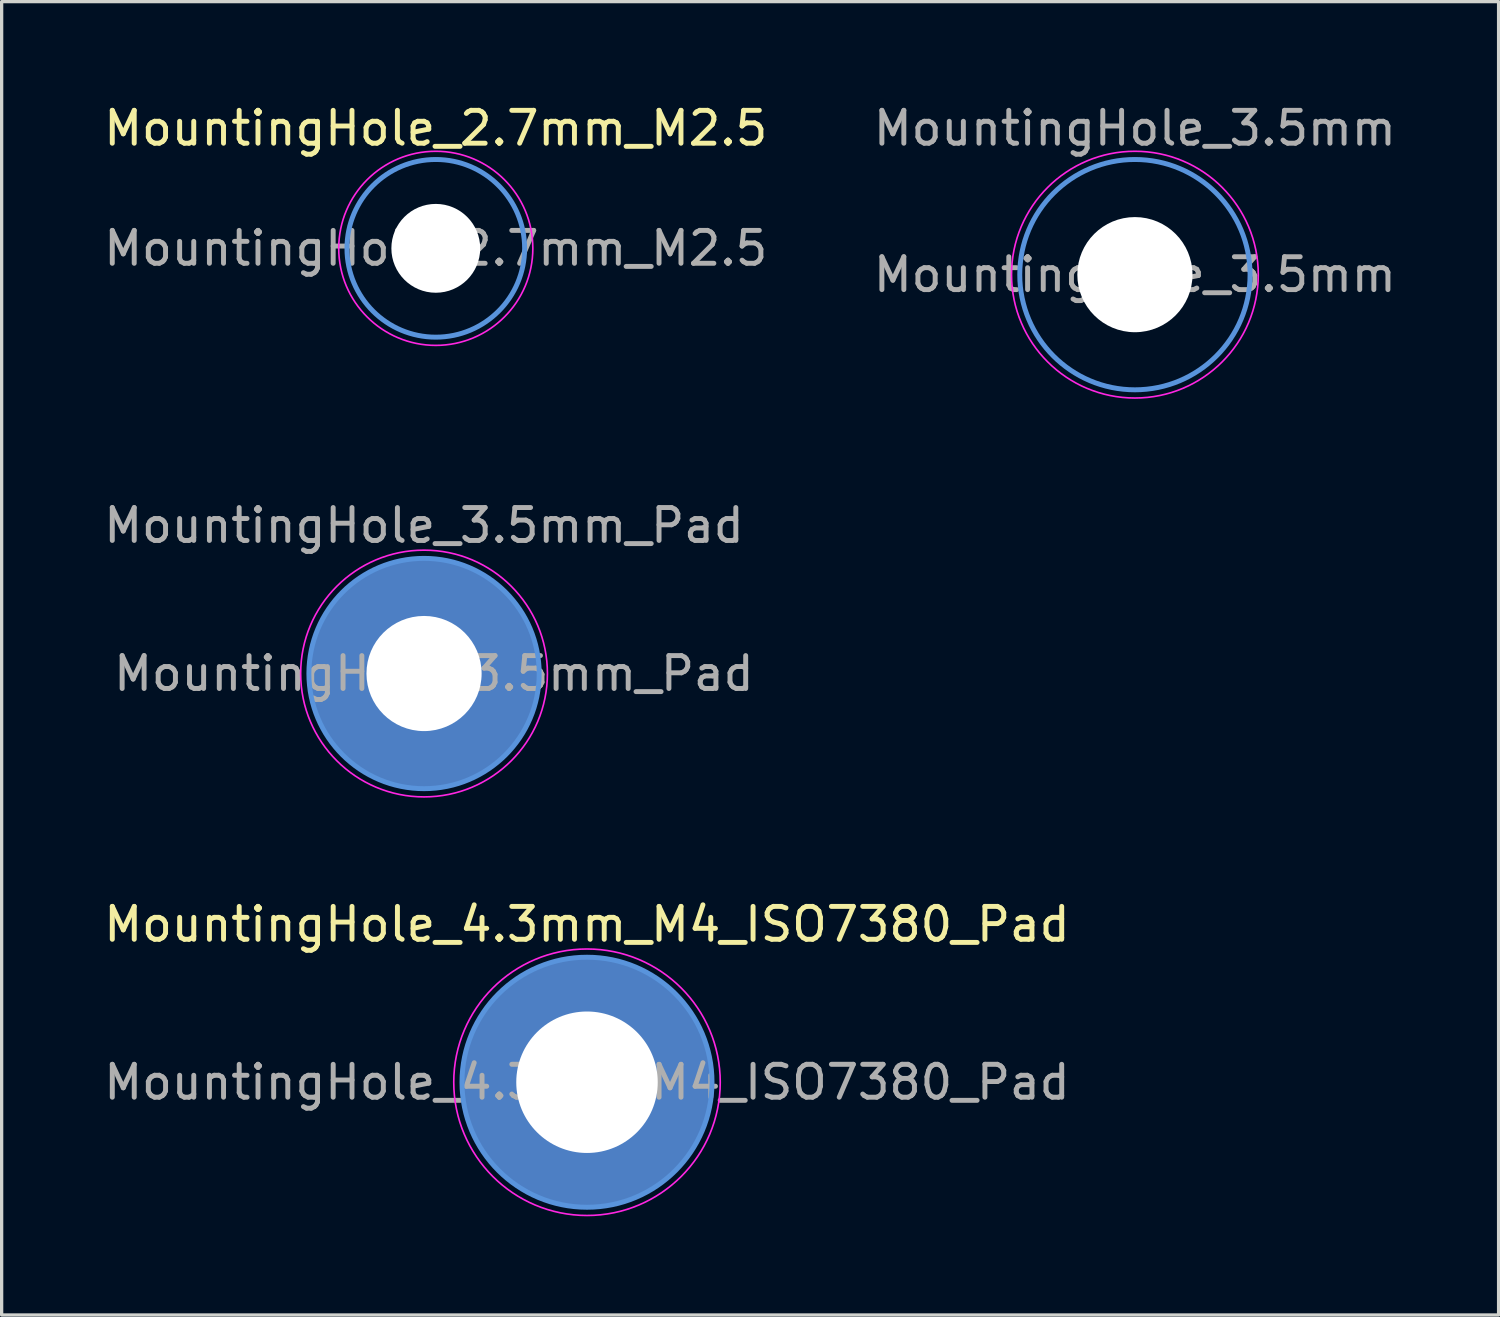
<source format=kicad_pcb>
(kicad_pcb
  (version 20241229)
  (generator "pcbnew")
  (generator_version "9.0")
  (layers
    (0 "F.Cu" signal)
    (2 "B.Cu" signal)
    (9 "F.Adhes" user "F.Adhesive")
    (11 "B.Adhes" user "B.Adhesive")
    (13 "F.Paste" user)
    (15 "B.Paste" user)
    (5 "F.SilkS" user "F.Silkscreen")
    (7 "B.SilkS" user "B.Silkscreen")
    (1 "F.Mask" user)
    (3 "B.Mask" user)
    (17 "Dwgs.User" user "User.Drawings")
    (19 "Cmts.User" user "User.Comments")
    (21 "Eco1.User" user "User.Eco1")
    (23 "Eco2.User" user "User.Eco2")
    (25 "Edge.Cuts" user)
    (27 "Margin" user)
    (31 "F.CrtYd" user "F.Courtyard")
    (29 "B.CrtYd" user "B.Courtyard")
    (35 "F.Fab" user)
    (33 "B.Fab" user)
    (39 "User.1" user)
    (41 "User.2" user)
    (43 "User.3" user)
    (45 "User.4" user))
  (footprint "MountingHole_3.5mm"
    (layer "F.Cu")
    (at 31.446 5.298)
    (property "Reference" "MountingHole_3.5mm" (at 0 -4.45 0) (layer "F.Fab") (effects (font (size 1 1) (thickness 0.15))))
    (attr exclude_from_pos_files exclude_from_bom)
    (fp_circle (center 0 0) (end 3.5 0) (stroke (width 0.15) (type solid)) (fill no) (layer "Cmts.User"))
    (fp_circle (center 0 0) (end 3.75 0) (stroke (width 0.05) (type solid)) (fill no) (layer "F.CrtYd"))
    (fp_text user "${REFERENCE}" (at 0 0 0) (layer "F.Fab") (effects (font (size 1 1) (thickness 0.15))))
    (pad "" np_thru_hole circle (at 0 0) (size 3.5 3.5) (drill 3.5) (layers "*.Cu" "*.Mask")))
  (footprint "MountingHole_2.7mm_M2.5"
    (layer "F.Cu")
    (at 10.196 4.498)
    (property "Reference" "MountingHole_2.7mm_M2.5" (at 0 -3.65 0) (layer "F.SilkS") (effects (font (size 1 1) (thickness 0.15))))
    (attr exclude_from_pos_files exclude_from_bom)
    (fp_circle (center 0 0) (end 2.7 0) (stroke (width 0.15) (type solid)) (fill no) (layer "Cmts.User"))
    (fp_circle (center 0 0) (end 2.95 0) (stroke (width 0.05) (type solid)) (fill no) (layer "F.CrtYd"))
    (fp_text user "${REFERENCE}" (at 0 0 0) (layer "F.Fab") (effects (font (size 1 1) (thickness 0.15))))
    (pad "" np_thru_hole circle (at 0 0) (size 2.7 2.7) (drill 2.7) (layers "*.Cu" "*.Mask")))
  (footprint "MountingHole_3.5mm_Pad"
    (layer "F.Cu")
    (at 9.839 17.422)
    (property "Reference" "MountingHole_3.5mm_Pad" (at 0 -4.5 0) (layer "F.Fab") (effects (font (size 1 1) (thickness 0.15))))
    (attr exclude_from_pos_files exclude_from_bom)
    (fp_circle (center 0 0) (end 3.5 0) (stroke (width 0.15) (type solid)) (fill no) (layer "Cmts.User"))
    (fp_circle (center 0 0) (end 3.75 0) (stroke (width 0.05) (type solid)) (fill no) (layer "F.CrtYd"))
    (fp_text user "${REFERENCE}" (at 0.3 0 0) (layer "F.Fab") (effects (font (size 1 1) (thickness 0.15))))
    (pad "1" thru_hole circle (at 0 0) (size 7 7) (drill 3.5) (layers "*.Cu" "*.Mask")))
  (footprint "MountingHole_4.3mm_M4_ISO7380_Pad"
    (layer "F.Cu")
    (at 14.792 29.845)
    (property "Reference" "MountingHole_4.3mm_M4_ISO7380_Pad" (at 0 -4.8 0) (layer "F.SilkS") (effects (font (size 1 1) (thickness 0.15))))
    (attr exclude_from_pos_files exclude_from_bom)
    (fp_circle (center 0 0) (end 3.8 0) (stroke (width 0.15) (type solid)) (fill no) (layer "Cmts.User"))
    (fp_circle (center 0 0) (end 4.05 0) (stroke (width 0.05) (type solid)) (fill no) (layer "F.CrtYd"))
    (fp_text user "${REFERENCE}" (at 0 0 0) (layer "F.Fab") (effects (font (size 1 1) (thickness 0.15))))
    (pad "1" thru_hole circle (at 0 0) (size 7.6 7.6) (drill 4.3) (layers "*.Cu" "*.Mask")))
  (gr_rect
    (start -3 -3)
    (end 42.5 36.92)
    (stroke (width 0.1) (type default))
    (fill no)
    (layer "Edge.Cuts")))
</source>
